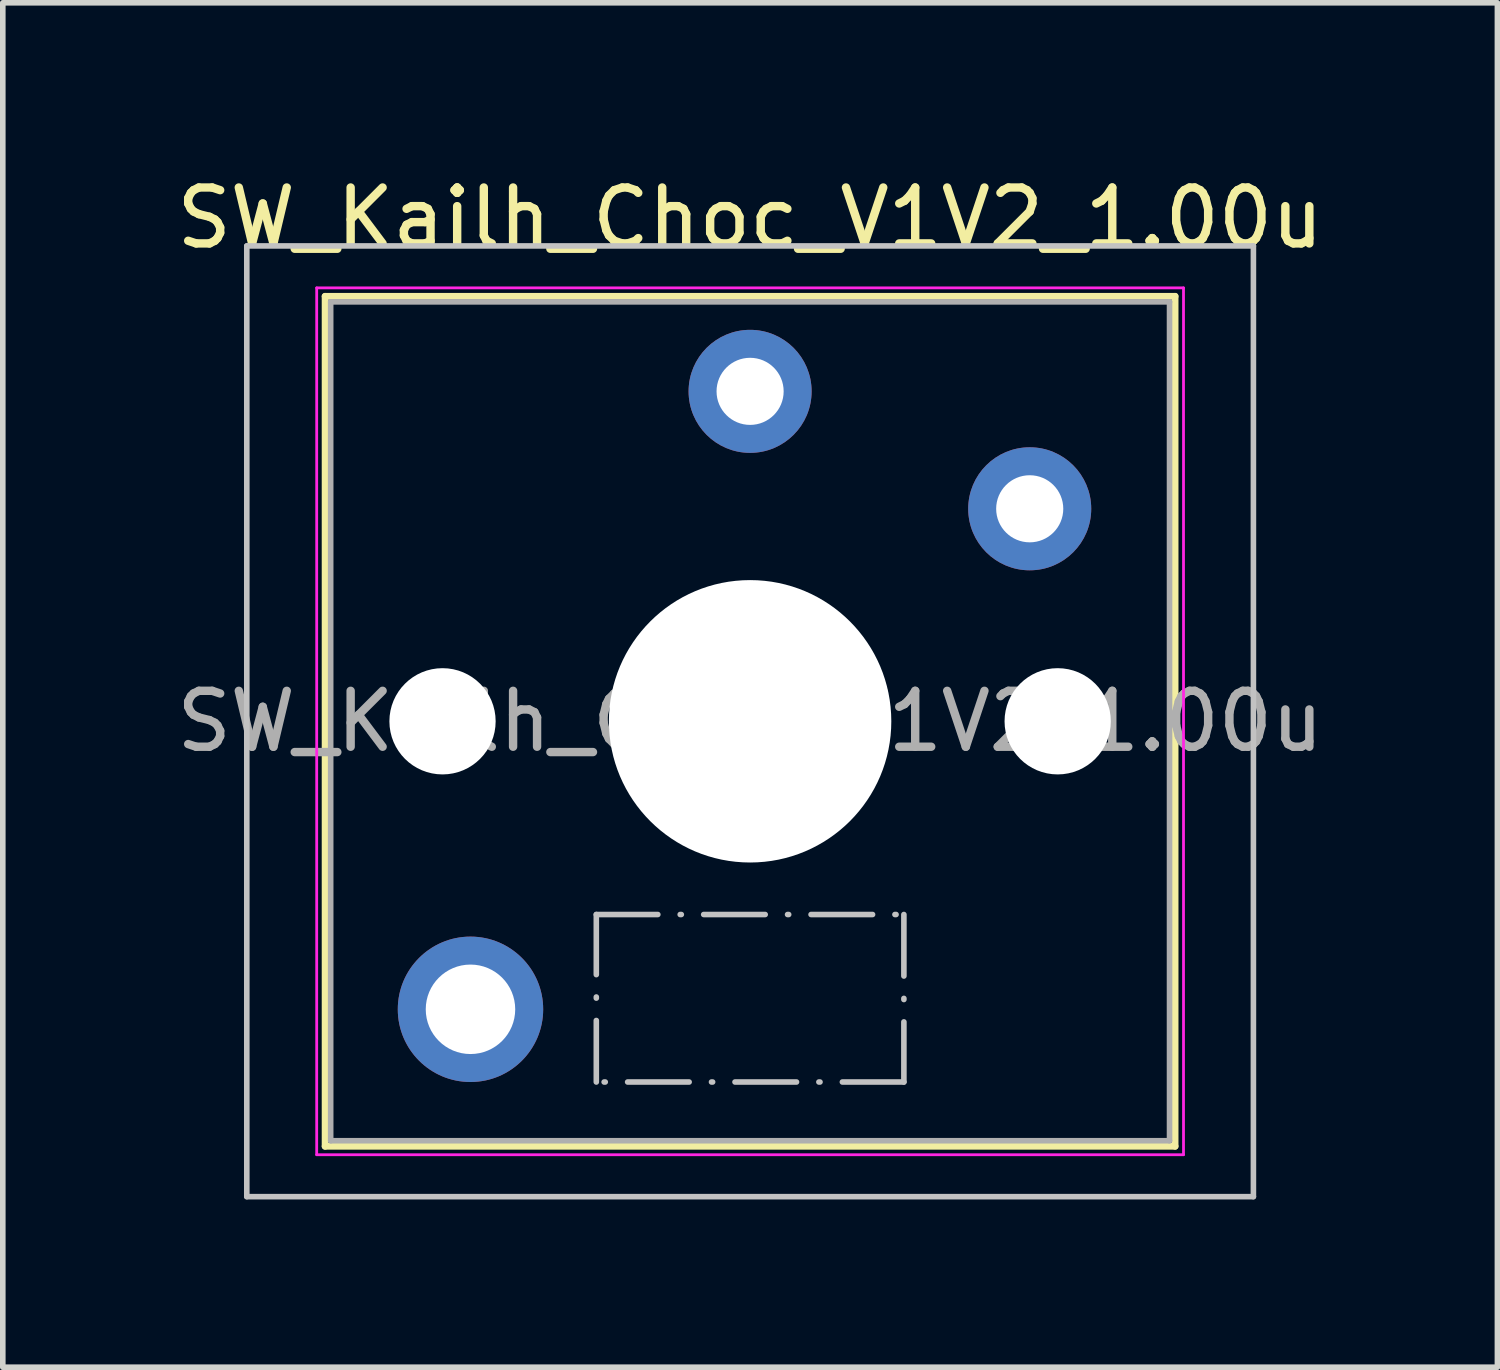
<source format=kicad_pcb>
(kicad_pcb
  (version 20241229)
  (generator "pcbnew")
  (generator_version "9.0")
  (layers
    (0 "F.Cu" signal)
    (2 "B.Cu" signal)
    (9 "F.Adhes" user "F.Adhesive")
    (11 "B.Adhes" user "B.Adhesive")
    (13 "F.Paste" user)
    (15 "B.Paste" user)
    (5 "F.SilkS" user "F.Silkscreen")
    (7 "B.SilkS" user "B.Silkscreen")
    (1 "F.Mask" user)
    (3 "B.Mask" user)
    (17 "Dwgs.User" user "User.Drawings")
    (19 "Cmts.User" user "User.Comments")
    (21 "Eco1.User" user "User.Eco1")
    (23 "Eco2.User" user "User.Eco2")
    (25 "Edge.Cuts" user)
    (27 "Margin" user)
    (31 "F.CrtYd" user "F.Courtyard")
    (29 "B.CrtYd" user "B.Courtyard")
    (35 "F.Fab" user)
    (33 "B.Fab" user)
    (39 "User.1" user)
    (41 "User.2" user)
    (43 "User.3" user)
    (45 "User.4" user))
  (footprint "SW_Kailh_Choc_V1V2_1.00u"
    (layer "F.Cu")
    (at 10.363 9.848)
    (property "Reference" "SW_Kailh_Choc_V1V2_1.00u" (at 0 -9 0) (layer "F.SilkS") (effects (font (size 1 1) (thickness 0.15))))
    (attr through_hole)
    (fp_line (start -7.6 -7.6) (end -7.6 7.6) (stroke (width 0.12) (type solid)) (layer "F.SilkS"))
    (fp_line (start -7.6 7.6) (end 7.6 7.6) (stroke (width 0.12) (type solid)) (layer "F.SilkS"))
    (fp_line (start 7.6 -7.6) (end -7.6 -7.6) (stroke (width 0.12) (type solid)) (layer "F.SilkS"))
    (fp_line (start 7.6 7.6) (end 7.6 -7.6) (stroke (width 0.12) (type solid)) (layer "F.SilkS"))
    (fp_line (start -9 -8.5) (end -9 8.5) (stroke (width 0.1) (type solid)) (layer "Dwgs.User"))
    (fp_line (start -9 8.5) (end 9 8.5) (stroke (width 0.1) (type solid)) (layer "Dwgs.User"))
    (fp_line (start 9 -8.5) (end -9 -8.5) (stroke (width 0.1) (type solid)) (layer "Dwgs.User"))
    (fp_line (start 9 8.5) (end 9 -8.5) (stroke (width 0.1) (type solid)) (layer "Dwgs.User"))
    (fp_rect (start -2.75 3.455) (end 2.75 6.45) (stroke (width 0.1) (type dash_dot)) (fill no) (layer "Dwgs.User"))
    (fp_line (start -7.25 -7.25) (end -7.25 7.25) (stroke (width 0.1) (type solid)) (layer "Eco1.User"))
    (fp_line (start -7.25 7.25) (end 7.25 7.25) (stroke (width 0.1) (type solid)) (layer "Eco1.User"))
    (fp_line (start 7.25 -7.25) (end -7.25 -7.25) (stroke (width 0.1) (type solid)) (layer "Eco1.User"))
    (fp_line (start 7.25 7.25) (end 7.25 -7.25) (stroke (width 0.1) (type solid)) (layer "Eco1.User"))
    (fp_line (start -7.75 -7.75) (end -7.75 7.75) (stroke (width 0.05) (type solid)) (layer "F.CrtYd"))
    (fp_line (start -7.75 7.75) (end 7.75 7.75) (stroke (width 0.05) (type solid)) (layer "F.CrtYd"))
    (fp_line (start 7.75 -7.75) (end -7.75 -7.75) (stroke (width 0.05) (type solid)) (layer "F.CrtYd"))
    (fp_line (start 7.75 7.75) (end 7.75 -7.75) (stroke (width 0.05) (type solid)) (layer "F.CrtYd"))
    (fp_line (start -7.5 -7.5) (end -7.5 7.5) (stroke (width 0.1) (type solid)) (layer "F.Fab"))
    (fp_line (start -7.5 7.5) (end 7.5 7.5) (stroke (width 0.1) (type solid)) (layer "F.Fab"))
    (fp_line (start 7.5 -7.5) (end -7.5 -7.5) (stroke (width 0.1) (type solid)) (layer "F.Fab"))
    (fp_line (start 7.5 7.5) (end 7.5 -7.5) (stroke (width 0.1) (type solid)) (layer "F.Fab"))
    (fp_text user "${REFERENCE}" (at 0 0 0) (layer "F.Fab") (effects (font (size 1 1) (thickness 0.15))))
    (pad "" np_thru_hole circle (at -5.5 0) (size 1.9 1.9) (drill 1.9) (layers "*.Cu" "*.Mask"))
    (pad "" thru_hole circle (at -5 5.15) (size 2.6 2.6) (drill 1.6) (layers "*.Cu" "*.Mask"))
    (pad "" np_thru_hole circle (at 0 0) (size 5.05 5.05) (drill 5.05) (layers "*.Cu" "*.Mask"))
    (pad "" np_thru_hole circle (at 5.5 0) (size 1.9 1.9) (drill 1.9) (layers "*.Cu" "*.Mask"))
    (pad "1" thru_hole circle (at 0 -5.9) (size 2.2 2.2) (drill 1.2) (layers "*.Cu" "*.Mask"))
    (pad "2" thru_hole circle (at 5 -3.8) (size 2.2 2.2) (drill 1.2) (layers "*.Cu" "*.Mask")))
  (gr_rect
    (start -3 -3)
    (end 23.726 21.398)
    (stroke (width 0.1) (type default))
    (fill no)
    (layer "Edge.Cuts")))
</source>
